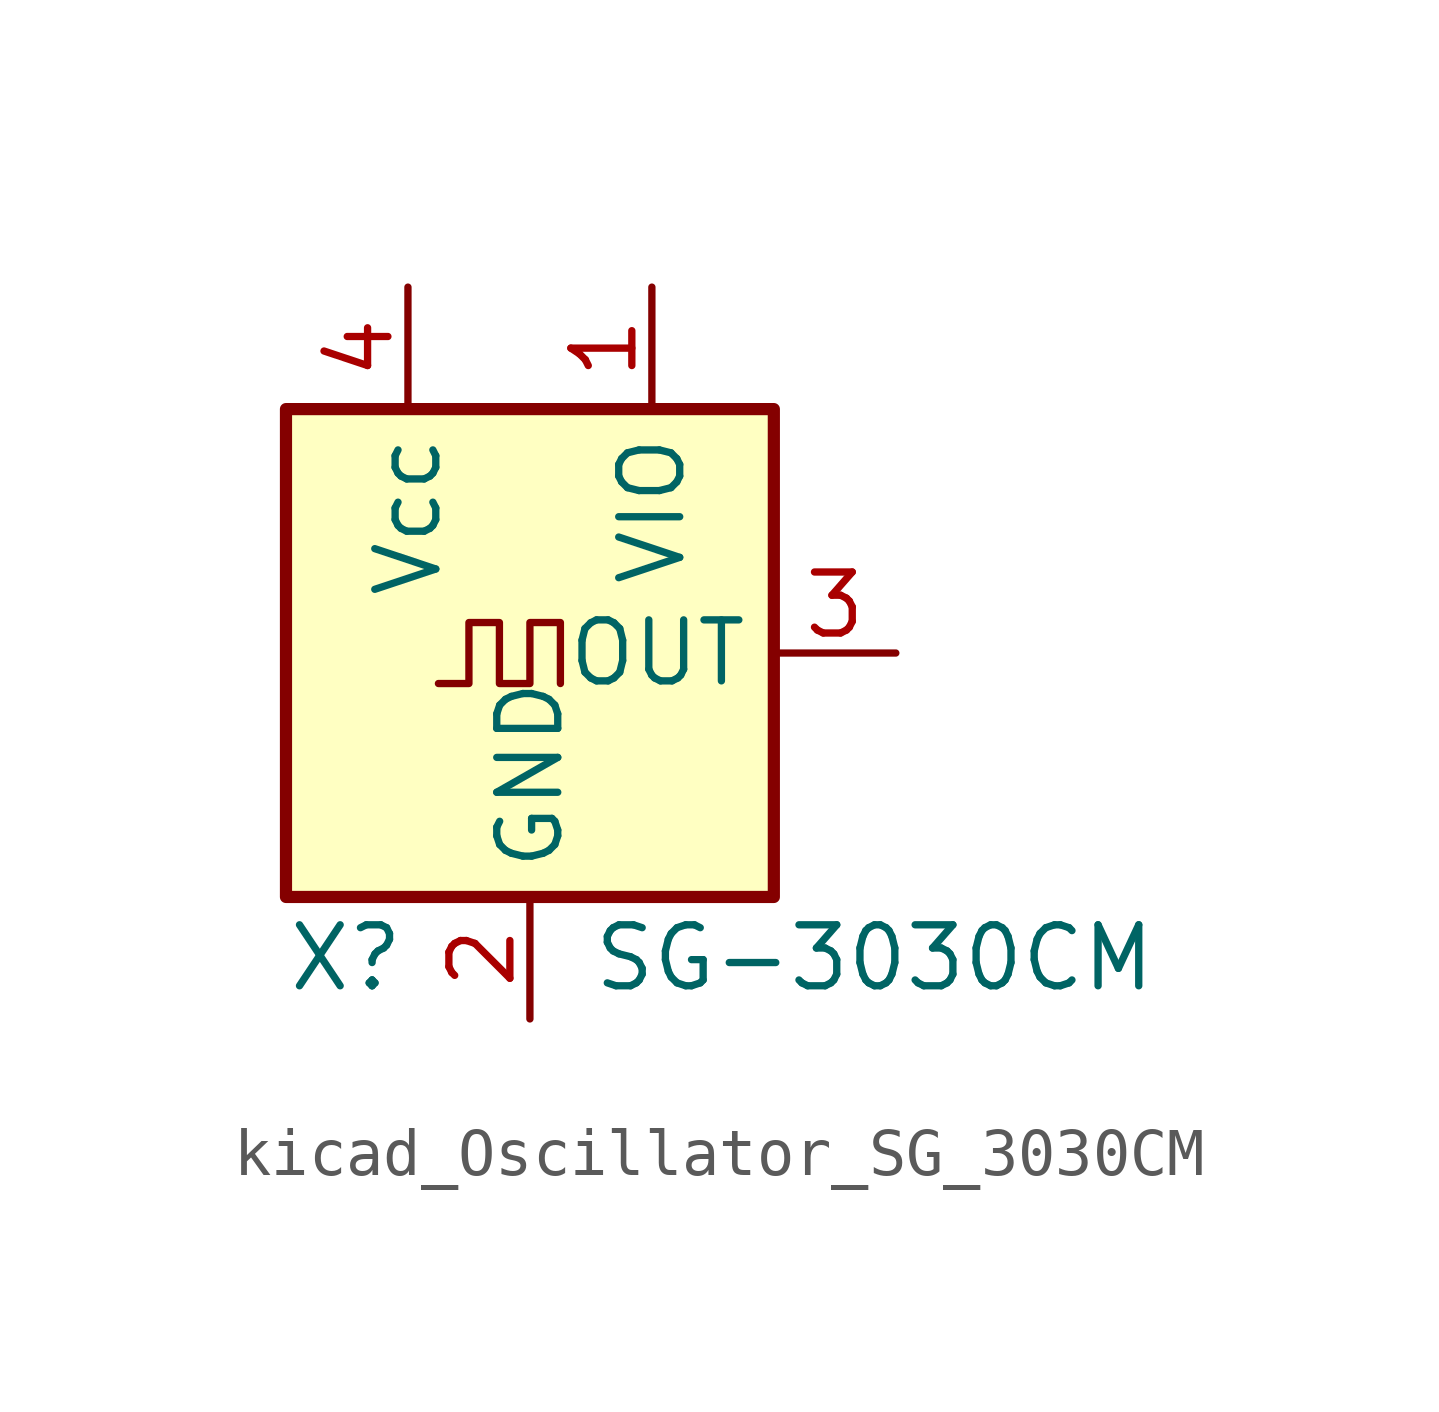
<source format=kicad_sym>
(kicad_symbol_lib
  (version 20220914)
  (generator kicad_symbol_editor)
  (symbol "kicad_Oscillator_SG_3030CM"
    (property "Reference" "X"
      (at -5.08 -6.35 0)
      (effects (font (size 1.27 1.27)) (justify left)))
    (property "Value" "SG-3030CM"
      (at 1.27 -6.35 0)
      (effects (font (size 1.27 1.27)) (justify left)))
    (symbol "kicad_Oscillator_SG_3030CM_0_1"
      (rectangle (start -5.08 5.08) (end 5.08 -5.08) (stroke (width 0.254) (type default)) (fill (type background)))
      (polyline (pts (xy -1.905 -0.635) (xy -1.27 -0.635) (xy -1.27 0.635) (xy -0.635 0.635) (xy -0.635 -0.635) (xy 0 -0.635) (xy 0 0.635) (xy 0.635 0.635) (xy 0.635 -0.635)) (stroke (width 0) (type default)) (fill (type none))))
    (symbol "kicad_Oscillator_SG_3030CM_1_1"
      (pin power_in line (at 2.54 7.62 270) (length 2.54) (name "VIO" (effects (font (size 1.27 1.27)))) (number "1" (effects (font (size 1.27 1.27)))))
      (pin power_in line (at 0 -7.62 90) (length 2.54) (name "GND" (effects (font (size 1.27 1.27)))) (number "2" (effects (font (size 1.27 1.27)))))
      (pin output line (at 7.62 0 180) (length 2.54) (name "OUT" (effects (font (size 1.27 1.27)))) (number "3" (effects (font (size 1.27 1.27)))))
      (pin power_in line (at -2.54 7.62 270) (length 2.54) (name "Vcc" (effects (font (size 1.27 1.27)))) (number "4" (effects (font (size 1.27 1.27))))))))
</source>
